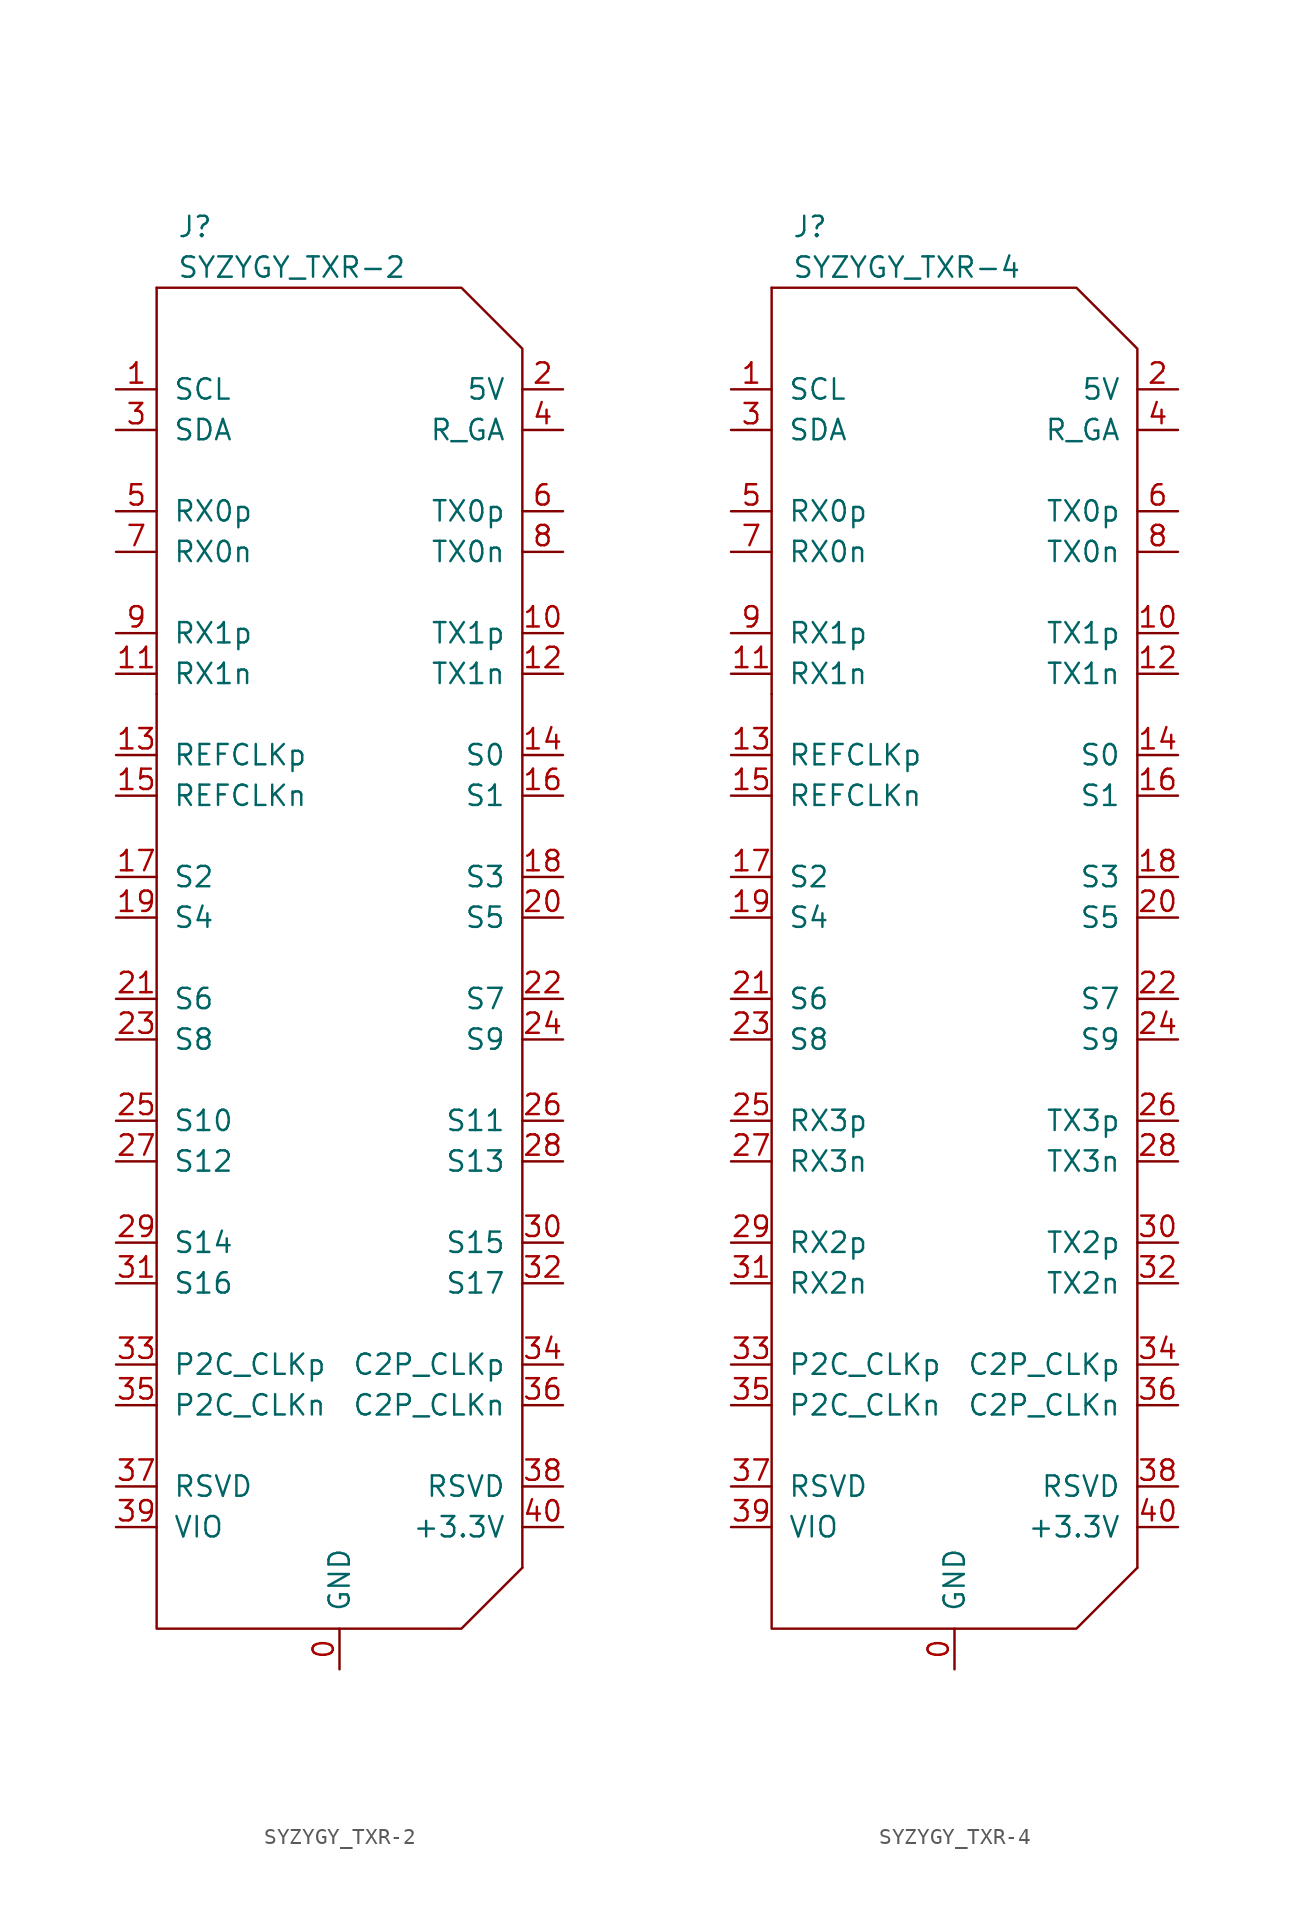
<source format=kicad_sym>
(kicad_symbol_lib
  (version 20220914)
  (generator kicad_symbol_editor)
  (symbol "SYZYGY_TXR-2"
    (pin_names
      (offset 1.016))
    (property "Reference" "J"
      (at -10.16 45.72 0)
      (effects (font (size 1.27 1.27)) (justify left)))
    (property "Value" "SYZYGY_TXR-2"
      (at -10.16 43.18 0)
      (effects (font (size 1.27 1.27)) (justify left)))
    (symbol "SYZYGY_TXR-2_0_1"
      (polyline (pts (xy -11.43 41.91) (xy -11.43 16.51)) (stroke (width 0) (type solid)) (fill (type none)))
      (polyline (pts (xy 11.43 -38.1) (xy 11.43 -12.7)) (stroke (width 0) (type solid)) (fill (type none)))
      (polyline (pts (xy -11.43 16.51) (xy -11.43 -41.91) (xy 7.62 -41.91) (xy 11.43 -38.1)) (stroke (width 0) (type solid)) (fill (type none)))
      (polyline (pts (xy 11.43 -12.7) (xy 11.43 38.1) (xy 7.62 41.91) (xy -11.43 41.91)) (stroke (width 0) (type solid)) (fill (type none))))
    (symbol "SYZYGY_TXR-2_1_1"
      (pin passive line (at 0 -44.45 90) (length 2.54) (name "GND" (effects (font (size 1.27 1.27)))) (number "0" (effects (font (size 1.27 1.27)))))
      (pin passive line (at -13.97 35.56 0) (length 2.54) (name "SCL" (effects (font (size 1.27 1.27)))) (number "1" (effects (font (size 1.27 1.27)))))
      (pin passive line (at 13.97 20.32 180) (length 2.54) (name "TX1p" (effects (font (size 1.27 1.27)))) (number "10" (effects (font (size 1.27 1.27)))))
      (pin passive line (at -13.97 17.78 0) (length 2.54) (name "RX1n" (effects (font (size 1.27 1.27)))) (number "11" (effects (font (size 1.27 1.27)))))
      (pin passive line (at 13.97 17.78 180) (length 2.54) (name "TX1n" (effects (font (size 1.27 1.27)))) (number "12" (effects (font (size 1.27 1.27)))))
      (pin passive line (at -13.97 12.7 0) (length 2.54) (name "REFCLKp" (effects (font (size 1.27 1.27)))) (number "13" (effects (font (size 1.27 1.27)))))
      (pin passive line (at 13.97 12.7 180) (length 2.54) (name "S0" (effects (font (size 1.27 1.27)))) (number "14" (effects (font (size 1.27 1.27)))))
      (pin passive line (at -13.97 10.16 0) (length 2.54) (name "REFCLKn" (effects (font (size 1.27 1.27)))) (number "15" (effects (font (size 1.27 1.27)))))
      (pin passive line (at 13.97 10.16 180) (length 2.54) (name "S1" (effects (font (size 1.27 1.27)))) (number "16" (effects (font (size 1.27 1.27)))))
      (pin passive line (at -13.97 5.08 0) (length 2.54) (name "S2" (effects (font (size 1.27 1.27)))) (number "17" (effects (font (size 1.27 1.27)))))
      (pin passive line (at 13.97 5.08 180) (length 2.54) (name "S3" (effects (font (size 1.27 1.27)))) (number "18" (effects (font (size 1.27 1.27)))))
      (pin passive line (at -13.97 2.54 0) (length 2.54) (name "S4" (effects (font (size 1.27 1.27)))) (number "19" (effects (font (size 1.27 1.27)))))
      (pin power_out line (at 13.97 35.56 180) (length 2.54) (name "5V" (effects (font (size 1.27 1.27)))) (number "2" (effects (font (size 1.27 1.27)))))
      (pin passive line (at 13.97 2.54 180) (length 2.54) (name "S5" (effects (font (size 1.27 1.27)))) (number "20" (effects (font (size 1.27 1.27)))))
      (pin passive line (at -13.97 -2.54 0) (length 2.54) (name "S6" (effects (font (size 1.27 1.27)))) (number "21" (effects (font (size 1.27 1.27)))))
      (pin passive line (at 13.97 -2.54 180) (length 2.54) (name "S7" (effects (font (size 1.27 1.27)))) (number "22" (effects (font (size 1.27 1.27)))))
      (pin passive line (at -13.97 -5.08 0) (length 2.54) (name "S8" (effects (font (size 1.27 1.27)))) (number "23" (effects (font (size 1.27 1.27)))))
      (pin passive line (at 13.97 -5.08 180) (length 2.54) (name "S9" (effects (font (size 1.27 1.27)))) (number "24" (effects (font (size 1.27 1.27)))))
      (pin passive line (at -13.97 -10.16 0) (length 2.54) (name "S10" (effects (font (size 1.27 1.27)))) (number "25" (effects (font (size 1.27 1.27)))))
      (pin passive line (at 13.97 -10.16 180) (length 2.54) (name "S11" (effects (font (size 1.27 1.27)))) (number "26" (effects (font (size 1.27 1.27)))))
      (pin passive line (at -13.97 -12.7 0) (length 2.54) (name "S12" (effects (font (size 1.27 1.27)))) (number "27" (effects (font (size 1.27 1.27)))))
      (pin passive line (at 13.97 -12.7 180) (length 2.54) (name "S13" (effects (font (size 1.27 1.27)))) (number "28" (effects (font (size 1.27 1.27)))))
      (pin passive line (at -13.97 -17.78 0) (length 2.54) (name "S14" (effects (font (size 1.27 1.27)))) (number "29" (effects (font (size 1.27 1.27)))))
      (pin passive line (at -13.97 33.02 0) (length 2.54) (name "SDA" (effects (font (size 1.27 1.27)))) (number "3" (effects (font (size 1.27 1.27)))))
      (pin passive line (at 13.97 -17.78 180) (length 2.54) (name "S15" (effects (font (size 1.27 1.27)))) (number "30" (effects (font (size 1.27 1.27)))))
      (pin passive line (at -13.97 -20.32 0) (length 2.54) (name "S16" (effects (font (size 1.27 1.27)))) (number "31" (effects (font (size 1.27 1.27)))))
      (pin passive line (at 13.97 -20.32 180) (length 2.54) (name "S17" (effects (font (size 1.27 1.27)))) (number "32" (effects (font (size 1.27 1.27)))))
      (pin passive line (at -13.97 -25.4 0) (length 2.54) (name "P2C_CLKp" (effects (font (size 1.27 1.27)))) (number "33" (effects (font (size 1.27 1.27)))))
      (pin passive line (at 13.97 -25.4 180) (length 2.54) (name "C2P_CLKp" (effects (font (size 1.27 1.27)))) (number "34" (effects (font (size 1.27 1.27)))))
      (pin passive line (at -13.97 -27.94 0) (length 2.54) (name "P2C_CLKn" (effects (font (size 1.27 1.27)))) (number "35" (effects (font (size 1.27 1.27)))))
      (pin passive line (at 13.97 -27.94 180) (length 2.54) (name "C2P_CLKn" (effects (font (size 1.27 1.27)))) (number "36" (effects (font (size 1.27 1.27)))))
      (pin passive line (at -13.97 -33.02 0) (length 2.54) (name "RSVD" (effects (font (size 1.27 1.27)))) (number "37" (effects (font (size 1.27 1.27)))))
      (pin passive line (at 13.97 -33.02 180) (length 2.54) (name "RSVD" (effects (font (size 1.27 1.27)))) (number "38" (effects (font (size 1.27 1.27)))))
      (pin power_out line (at -13.97 -35.56 0) (length 2.54) (name "VIO" (effects (font (size 1.27 1.27)))) (number "39" (effects (font (size 1.27 1.27)))))
      (pin passive line (at 13.97 33.02 180) (length 2.54) (name "R_GA" (effects (font (size 1.27 1.27)))) (number "4" (effects (font (size 1.27 1.27)))))
      (pin power_out line (at 13.97 -35.56 180) (length 2.54) (name "+3.3V" (effects (font (size 1.27 1.27)))) (number "40" (effects (font (size 1.27 1.27)))))
      (pin passive line (at -13.97 27.94 0) (length 2.54) (name "RX0p" (effects (font (size 1.27 1.27)))) (number "5" (effects (font (size 1.27 1.27)))))
      (pin passive line (at 13.97 27.94 180) (length 2.54) (name "TX0p" (effects (font (size 1.27 1.27)))) (number "6" (effects (font (size 1.27 1.27)))))
      (pin passive line (at -13.97 25.4 0) (length 2.54) (name "RX0n" (effects (font (size 1.27 1.27)))) (number "7" (effects (font (size 1.27 1.27)))))
      (pin passive line (at 13.97 25.4 180) (length 2.54) (name "TX0n" (effects (font (size 1.27 1.27)))) (number "8" (effects (font (size 1.27 1.27)))))
      (pin passive line (at -13.97 20.32 0) (length 2.54) (name "RX1p" (effects (font (size 1.27 1.27)))) (number "9" (effects (font (size 1.27 1.27)))))))
  (symbol "SYZYGY_TXR-4"
    (pin_names
      (offset 1.016))
    (property "Reference" "J"
      (at -10.16 45.72 0)
      (effects (font (size 1.27 1.27)) (justify left)))
    (property "Value" "SYZYGY_TXR-4"
      (at -10.16 43.18 0)
      (effects (font (size 1.27 1.27)) (justify left)))
    (symbol "SYZYGY_TXR-4_0_1"
      (polyline (pts (xy -11.43 41.91) (xy -11.43 16.51)) (stroke (width 0) (type solid)) (fill (type none)))
      (polyline (pts (xy 11.43 -38.1) (xy 11.43 -12.7)) (stroke (width 0) (type solid)) (fill (type none)))
      (polyline (pts (xy -11.43 16.51) (xy -11.43 -41.91) (xy 7.62 -41.91) (xy 11.43 -38.1)) (stroke (width 0) (type solid)) (fill (type none)))
      (polyline (pts (xy 11.43 -12.7) (xy 11.43 38.1) (xy 7.62 41.91) (xy -11.43 41.91)) (stroke (width 0) (type solid)) (fill (type none))))
    (symbol "SYZYGY_TXR-4_1_1"
      (pin passive line (at 0 -44.45 90) (length 2.54) (name "GND" (effects (font (size 1.27 1.27)))) (number "0" (effects (font (size 1.27 1.27)))))
      (pin passive line (at -13.97 35.56 0) (length 2.54) (name "SCL" (effects (font (size 1.27 1.27)))) (number "1" (effects (font (size 1.27 1.27)))))
      (pin passive line (at 13.97 20.32 180) (length 2.54) (name "TX1p" (effects (font (size 1.27 1.27)))) (number "10" (effects (font (size 1.27 1.27)))))
      (pin passive line (at -13.97 17.78 0) (length 2.54) (name "RX1n" (effects (font (size 1.27 1.27)))) (number "11" (effects (font (size 1.27 1.27)))))
      (pin passive line (at 13.97 17.78 180) (length 2.54) (name "TX1n" (effects (font (size 1.27 1.27)))) (number "12" (effects (font (size 1.27 1.27)))))
      (pin passive line (at -13.97 12.7 0) (length 2.54) (name "REFCLKp" (effects (font (size 1.27 1.27)))) (number "13" (effects (font (size 1.27 1.27)))))
      (pin passive line (at 13.97 12.7 180) (length 2.54) (name "S0" (effects (font (size 1.27 1.27)))) (number "14" (effects (font (size 1.27 1.27)))))
      (pin passive line (at -13.97 10.16 0) (length 2.54) (name "REFCLKn" (effects (font (size 1.27 1.27)))) (number "15" (effects (font (size 1.27 1.27)))))
      (pin passive line (at 13.97 10.16 180) (length 2.54) (name "S1" (effects (font (size 1.27 1.27)))) (number "16" (effects (font (size 1.27 1.27)))))
      (pin passive line (at -13.97 5.08 0) (length 2.54) (name "S2" (effects (font (size 1.27 1.27)))) (number "17" (effects (font (size 1.27 1.27)))))
      (pin passive line (at 13.97 5.08 180) (length 2.54) (name "S3" (effects (font (size 1.27 1.27)))) (number "18" (effects (font (size 1.27 1.27)))))
      (pin passive line (at -13.97 2.54 0) (length 2.54) (name "S4" (effects (font (size 1.27 1.27)))) (number "19" (effects (font (size 1.27 1.27)))))
      (pin power_out line (at 13.97 35.56 180) (length 2.54) (name "5V" (effects (font (size 1.27 1.27)))) (number "2" (effects (font (size 1.27 1.27)))))
      (pin passive line (at 13.97 2.54 180) (length 2.54) (name "S5" (effects (font (size 1.27 1.27)))) (number "20" (effects (font (size 1.27 1.27)))))
      (pin passive line (at -13.97 -2.54 0) (length 2.54) (name "S6" (effects (font (size 1.27 1.27)))) (number "21" (effects (font (size 1.27 1.27)))))
      (pin passive line (at 13.97 -2.54 180) (length 2.54) (name "S7" (effects (font (size 1.27 1.27)))) (number "22" (effects (font (size 1.27 1.27)))))
      (pin passive line (at -13.97 -5.08 0) (length 2.54) (name "S8" (effects (font (size 1.27 1.27)))) (number "23" (effects (font (size 1.27 1.27)))))
      (pin passive line (at 13.97 -5.08 180) (length 2.54) (name "S9" (effects (font (size 1.27 1.27)))) (number "24" (effects (font (size 1.27 1.27)))))
      (pin passive line (at -13.97 -10.16 0) (length 2.54) (name "RX3p" (effects (font (size 1.27 1.27)))) (number "25" (effects (font (size 1.27 1.27)))))
      (pin passive line (at 13.97 -10.16 180) (length 2.54) (name "TX3p" (effects (font (size 1.27 1.27)))) (number "26" (effects (font (size 1.27 1.27)))))
      (pin passive line (at -13.97 -12.7 0) (length 2.54) (name "RX3n" (effects (font (size 1.27 1.27)))) (number "27" (effects (font (size 1.27 1.27)))))
      (pin passive line (at 13.97 -12.7 180) (length 2.54) (name "TX3n" (effects (font (size 1.27 1.27)))) (number "28" (effects (font (size 1.27 1.27)))))
      (pin passive line (at -13.97 -17.78 0) (length 2.54) (name "RX2p" (effects (font (size 1.27 1.27)))) (number "29" (effects (font (size 1.27 1.27)))))
      (pin passive line (at -13.97 33.02 0) (length 2.54) (name "SDA" (effects (font (size 1.27 1.27)))) (number "3" (effects (font (size 1.27 1.27)))))
      (pin passive line (at 13.97 -17.78 180) (length 2.54) (name "TX2p" (effects (font (size 1.27 1.27)))) (number "30" (effects (font (size 1.27 1.27)))))
      (pin passive line (at -13.97 -20.32 0) (length 2.54) (name "RX2n" (effects (font (size 1.27 1.27)))) (number "31" (effects (font (size 1.27 1.27)))))
      (pin passive line (at 13.97 -20.32 180) (length 2.54) (name "TX2n" (effects (font (size 1.27 1.27)))) (number "32" (effects (font (size 1.27 1.27)))))
      (pin passive line (at -13.97 -25.4 0) (length 2.54) (name "P2C_CLKp" (effects (font (size 1.27 1.27)))) (number "33" (effects (font (size 1.27 1.27)))))
      (pin passive line (at 13.97 -25.4 180) (length 2.54) (name "C2P_CLKp" (effects (font (size 1.27 1.27)))) (number "34" (effects (font (size 1.27 1.27)))))
      (pin passive line (at -13.97 -27.94 0) (length 2.54) (name "P2C_CLKn" (effects (font (size 1.27 1.27)))) (number "35" (effects (font (size 1.27 1.27)))))
      (pin passive line (at 13.97 -27.94 180) (length 2.54) (name "C2P_CLKn" (effects (font (size 1.27 1.27)))) (number "36" (effects (font (size 1.27 1.27)))))
      (pin passive line (at -13.97 -33.02 0) (length 2.54) (name "RSVD" (effects (font (size 1.27 1.27)))) (number "37" (effects (font (size 1.27 1.27)))))
      (pin passive line (at 13.97 -33.02 180) (length 2.54) (name "RSVD" (effects (font (size 1.27 1.27)))) (number "38" (effects (font (size 1.27 1.27)))))
      (pin power_out line (at -13.97 -35.56 0) (length 2.54) (name "VIO" (effects (font (size 1.27 1.27)))) (number "39" (effects (font (size 1.27 1.27)))))
      (pin passive line (at 13.97 33.02 180) (length 2.54) (name "R_GA" (effects (font (size 1.27 1.27)))) (number "4" (effects (font (size 1.27 1.27)))))
      (pin power_out line (at 13.97 -35.56 180) (length 2.54) (name "+3.3V" (effects (font (size 1.27 1.27)))) (number "40" (effects (font (size 1.27 1.27)))))
      (pin passive line (at -13.97 27.94 0) (length 2.54) (name "RX0p" (effects (font (size 1.27 1.27)))) (number "5" (effects (font (size 1.27 1.27)))))
      (pin passive line (at 13.97 27.94 180) (length 2.54) (name "TX0p" (effects (font (size 1.27 1.27)))) (number "6" (effects (font (size 1.27 1.27)))))
      (pin passive line (at -13.97 25.4 0) (length 2.54) (name "RX0n" (effects (font (size 1.27 1.27)))) (number "7" (effects (font (size 1.27 1.27)))))
      (pin passive line (at 13.97 25.4 180) (length 2.54) (name "TX0n" (effects (font (size 1.27 1.27)))) (number "8" (effects (font (size 1.27 1.27)))))
      (pin passive line (at -13.97 20.32 0) (length 2.54) (name "RX1p" (effects (font (size 1.27 1.27)))) (number "9" (effects (font (size 1.27 1.27))))))))
</source>
